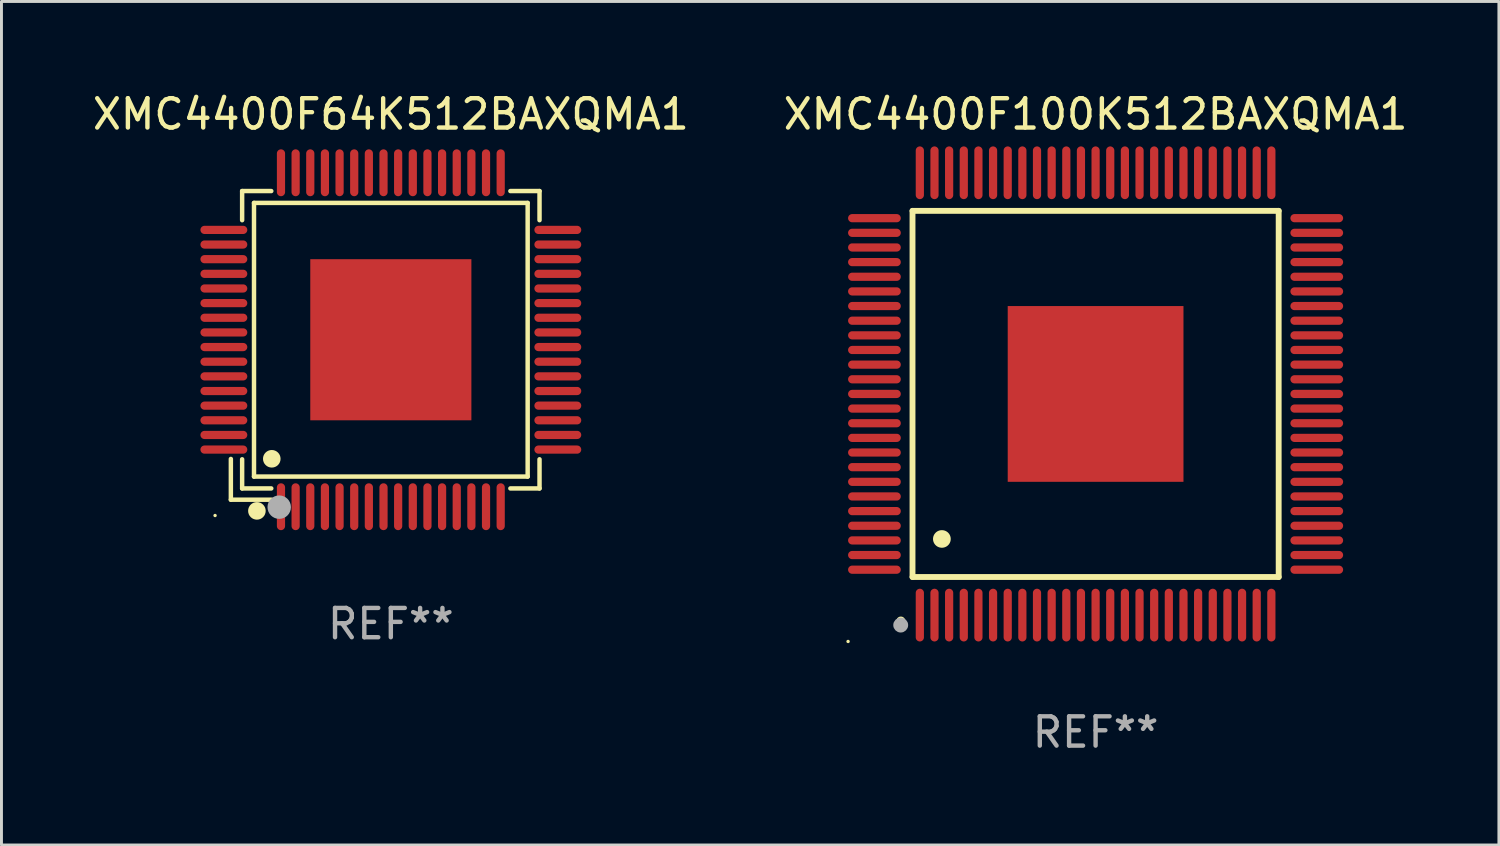
<source format=kicad_pcb>
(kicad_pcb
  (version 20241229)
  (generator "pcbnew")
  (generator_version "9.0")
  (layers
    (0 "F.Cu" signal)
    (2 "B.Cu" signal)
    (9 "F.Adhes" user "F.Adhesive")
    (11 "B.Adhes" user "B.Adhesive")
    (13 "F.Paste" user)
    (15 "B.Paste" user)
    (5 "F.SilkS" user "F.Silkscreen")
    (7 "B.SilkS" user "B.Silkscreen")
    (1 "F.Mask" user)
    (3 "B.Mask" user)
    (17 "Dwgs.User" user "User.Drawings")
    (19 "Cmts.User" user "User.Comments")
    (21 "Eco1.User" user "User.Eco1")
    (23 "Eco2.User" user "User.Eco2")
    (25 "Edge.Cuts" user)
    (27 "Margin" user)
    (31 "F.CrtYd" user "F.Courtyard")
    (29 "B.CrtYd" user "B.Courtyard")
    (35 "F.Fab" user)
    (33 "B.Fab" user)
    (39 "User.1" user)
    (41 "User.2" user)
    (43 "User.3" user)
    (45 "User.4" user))
  (footprint "XMC4400F64K512BAXQMA1"
    (layer "F.Cu")
    (at 10.292 8.548)
    (property "Reference" "XMC4400F64K512BAXQMA1" (at 0 -7.7 0) (layer "F.SilkS") (effects (font (size 1 1) (thickness 0.15))))
    (attr through_hole)
    (fp_line (start -5.461 4.07) (end -5.461 5.461) (stroke (width 0.152) (type solid)) (layer "F.SilkS"))
    (fp_line (start -5.461 5.461) (end -4.07 5.461) (stroke (width 0.152) (type solid)) (layer "F.SilkS"))
    (fp_line (start -5.076 -5.076) (end -4.081 -5.076) (stroke (width 0.152) (type solid)) (layer "F.SilkS"))
    (fp_line (start -5.076 -4.081) (end -5.076 -5.076) (stroke (width 0.152) (type solid)) (layer "F.SilkS"))
    (fp_line (start -5.076 4.081) (end -5.076 5.076) (stroke (width 0.152) (type solid)) (layer "F.SilkS"))
    (fp_line (start -5.076 5.076) (end -4.081 5.076) (stroke (width 0.152) (type solid)) (layer "F.SilkS"))
    (fp_line (start -4.671 -4.671) (end 4.671 -4.671) (stroke (width 0.152) (type solid)) (layer "F.SilkS"))
    (fp_line (start -4.671 4.671) (end -4.671 -4.671) (stroke (width 0.152) (type solid)) (layer "F.SilkS"))
    (fp_line (start 4.671 -4.671) (end 4.671 4.671) (stroke (width 0.152) (type solid)) (layer "F.SilkS"))
    (fp_line (start 4.671 4.671) (end -4.671 4.671) (stroke (width 0.152) (type solid)) (layer "F.SilkS"))
    (fp_line (start 5.076 -5.076) (end 4.081 -5.076) (stroke (width 0.152) (type solid)) (layer "F.SilkS"))
    (fp_line (start 5.076 -4.081) (end 5.076 -5.076) (stroke (width 0.152) (type solid)) (layer "F.SilkS"))
    (fp_line (start 5.076 4.081) (end 5.076 5.076) (stroke (width 0.152) (type solid)) (layer "F.SilkS"))
    (fp_line (start 5.076 5.076) (end 4.081 5.076) (stroke (width 0.152) (type solid)) (layer "F.SilkS"))
    (fp_circle (center -6 6) (end -5.97 6) (stroke (width 0.06) (type solid)) (fill no) (layer "F.SilkS"))
    (fp_circle (center -4.572 5.842) (end -4.422 5.842) (stroke (width 0.3) (type solid)) (fill no) (layer "F.SilkS"))
    (fp_circle (center -4.064 4.064) (end -3.914 4.064) (stroke (width 0.3) (type solid)) (fill no) (layer "F.SilkS"))
    (fp_circle (center -3.81 5.715) (end -3.61 5.715) (stroke (width 0.4) (type solid)) (fill no) (layer "F.Fab"))
    (fp_text user "REF**" (at 0 9.7 0) (layer "F.Fab") (effects (font (size 1 1) (thickness 0.15))))
    (pad "1" smd oval (at -3.75 5.7) (size 0.28 1.6) (layers "F.Cu" "F.Mask" "F.Paste"))
    (pad "2" smd oval (at -3.25 5.7) (size 0.28 1.6) (layers "F.Cu" "F.Mask" "F.Paste"))
    (pad "3" smd oval (at -2.75 5.7) (size 0.28 1.6) (layers "F.Cu" "F.Mask" "F.Paste"))
    (pad "4" smd oval (at -2.25 5.7) (size 0.28 1.6) (layers "F.Cu" "F.Mask" "F.Paste"))
    (pad "5" smd oval (at -1.75 5.7) (size 0.28 1.6) (layers "F.Cu" "F.Mask" "F.Paste"))
    (pad "6" smd oval (at -1.25 5.7) (size 0.28 1.6) (layers "F.Cu" "F.Mask" "F.Paste"))
    (pad "7" smd oval (at -0.75 5.7) (size 0.28 1.6) (layers "F.Cu" "F.Mask" "F.Paste"))
    (pad "8" smd oval (at -0.25 5.7) (size 0.28 1.6) (layers "F.Cu" "F.Mask" "F.Paste"))
    (pad "9" smd oval (at 0.25 5.7) (size 0.28 1.6) (layers "F.Cu" "F.Mask" "F.Paste"))
    (pad "10" smd oval (at 0.75 5.7) (size 0.28 1.6) (layers "F.Cu" "F.Mask" "F.Paste"))
    (pad "11" smd oval (at 1.25 5.7) (size 0.28 1.6) (layers "F.Cu" "F.Mask" "F.Paste"))
    (pad "12" smd oval (at 1.75 5.7) (size 0.28 1.6) (layers "F.Cu" "F.Mask" "F.Paste"))
    (pad "13" smd oval (at 2.25 5.7) (size 0.28 1.6) (layers "F.Cu" "F.Mask" "F.Paste"))
    (pad "14" smd oval (at 2.75 5.7) (size 0.28 1.6) (layers "F.Cu" "F.Mask" "F.Paste"))
    (pad "15" smd oval (at 3.25 5.7) (size 0.28 1.6) (layers "F.Cu" "F.Mask" "F.Paste"))
    (pad "16" smd oval (at 3.75 5.7) (size 0.28 1.6) (layers "F.Cu" "F.Mask" "F.Paste"))
    (pad "17" smd oval (at 5.7 3.75) (size 1.6 0.28) (layers "F.Cu" "F.Mask" "F.Paste"))
    (pad "18" smd oval (at 5.7 3.25) (size 1.6 0.28) (layers "F.Cu" "F.Mask" "F.Paste"))
    (pad "19" smd oval (at 5.7 2.75) (size 1.6 0.28) (layers "F.Cu" "F.Mask" "F.Paste"))
    (pad "20" smd oval (at 5.7 2.25) (size 1.6 0.28) (layers "F.Cu" "F.Mask" "F.Paste"))
    (pad "21" smd oval (at 5.7 1.75) (size 1.6 0.28) (layers "F.Cu" "F.Mask" "F.Paste"))
    (pad "22" smd oval (at 5.7 1.25) (size 1.6 0.28) (layers "F.Cu" "F.Mask" "F.Paste"))
    (pad "23" smd oval (at 5.7 0.75) (size 1.6 0.28) (layers "F.Cu" "F.Mask" "F.Paste"))
    (pad "24" smd oval (at 5.7 0.25) (size 1.6 0.28) (layers "F.Cu" "F.Mask" "F.Paste"))
    (pad "25" smd oval (at 5.7 -0.25) (size 1.6 0.28) (layers "F.Cu" "F.Mask" "F.Paste"))
    (pad "26" smd oval (at 5.7 -0.75) (size 1.6 0.28) (layers "F.Cu" "F.Mask" "F.Paste"))
    (pad "27" smd oval (at 5.7 -1.25) (size 1.6 0.28) (layers "F.Cu" "F.Mask" "F.Paste"))
    (pad "28" smd oval (at 5.7 -1.75) (size 1.6 0.28) (layers "F.Cu" "F.Mask" "F.Paste"))
    (pad "29" smd oval (at 5.7 -2.25) (size 1.6 0.28) (layers "F.Cu" "F.Mask" "F.Paste"))
    (pad "30" smd oval (at 5.7 -2.75) (size 1.6 0.28) (layers "F.Cu" "F.Mask" "F.Paste"))
    (pad "31" smd oval (at 5.7 -3.25) (size 1.6 0.28) (layers "F.Cu" "F.Mask" "F.Paste"))
    (pad "32" smd oval (at 5.7 -3.75) (size 1.6 0.28) (layers "F.Cu" "F.Mask" "F.Paste"))
    (pad "33" smd oval (at 3.75 -5.7) (size 0.28 1.6) (layers "F.Cu" "F.Mask" "F.Paste"))
    (pad "34" smd oval (at 3.25 -5.7) (size 0.28 1.6) (layers "F.Cu" "F.Mask" "F.Paste"))
    (pad "35" smd oval (at 2.75 -5.7) (size 0.28 1.6) (layers "F.Cu" "F.Mask" "F.Paste"))
    (pad "36" smd oval (at 2.25 -5.7) (size 0.28 1.6) (layers "F.Cu" "F.Mask" "F.Paste"))
    (pad "37" smd oval (at 1.75 -5.7) (size 0.28 1.6) (layers "F.Cu" "F.Mask" "F.Paste"))
    (pad "38" smd oval (at 1.25 -5.7) (size 0.28 1.6) (layers "F.Cu" "F.Mask" "F.Paste"))
    (pad "39" smd oval (at 0.75 -5.7) (size 0.28 1.6) (layers "F.Cu" "F.Mask" "F.Paste"))
    (pad "40" smd oval (at 0.25 -5.7) (size 0.28 1.6) (layers "F.Cu" "F.Mask" "F.Paste"))
    (pad "41" smd oval (at -0.25 -5.7) (size 0.28 1.6) (layers "F.Cu" "F.Mask" "F.Paste"))
    (pad "42" smd oval (at -0.75 -5.7) (size 0.28 1.6) (layers "F.Cu" "F.Mask" "F.Paste"))
    (pad "43" smd oval (at -1.25 -5.7) (size 0.28 1.6) (layers "F.Cu" "F.Mask" "F.Paste"))
    (pad "44" smd oval (at -1.75 -5.7) (size 0.28 1.6) (layers "F.Cu" "F.Mask" "F.Paste"))
    (pad "45" smd oval (at -2.25 -5.7) (size 0.28 1.6) (layers "F.Cu" "F.Mask" "F.Paste"))
    (pad "46" smd oval (at -2.75 -5.7) (size 0.28 1.6) (layers "F.Cu" "F.Mask" "F.Paste"))
    (pad "47" smd oval (at -3.25 -5.7) (size 0.28 1.6) (layers "F.Cu" "F.Mask" "F.Paste"))
    (pad "48" smd oval (at -3.75 -5.7) (size 0.28 1.6) (layers "F.Cu" "F.Mask" "F.Paste"))
    (pad "49" smd oval (at -5.7 -3.75) (size 1.6 0.28) (layers "F.Cu" "F.Mask" "F.Paste"))
    (pad "50" smd oval (at -5.7 -3.25) (size 1.6 0.28) (layers "F.Cu" "F.Mask" "F.Paste"))
    (pad "51" smd oval (at -5.7 -2.75) (size 1.6 0.28) (layers "F.Cu" "F.Mask" "F.Paste"))
    (pad "52" smd oval (at -5.7 -2.25) (size 1.6 0.28) (layers "F.Cu" "F.Mask" "F.Paste"))
    (pad "53" smd oval (at -5.7 -1.75) (size 1.6 0.28) (layers "F.Cu" "F.Mask" "F.Paste"))
    (pad "54" smd oval (at -5.7 -1.25) (size 1.6 0.28) (layers "F.Cu" "F.Mask" "F.Paste"))
    (pad "55" smd oval (at -5.7 -0.75) (size 1.6 0.28) (layers "F.Cu" "F.Mask" "F.Paste"))
    (pad "56" smd oval (at -5.7 -0.25) (size 1.6 0.28) (layers "F.Cu" "F.Mask" "F.Paste"))
    (pad "57" smd oval (at -5.7 0.25) (size 1.6 0.28) (layers "F.Cu" "F.Mask" "F.Paste"))
    (pad "58" smd oval (at -5.7 0.75) (size 1.6 0.28) (layers "F.Cu" "F.Mask" "F.Paste"))
    (pad "59" smd oval (at -5.7 1.25) (size 1.6 0.28) (layers "F.Cu" "F.Mask" "F.Paste"))
    (pad "60" smd oval (at -5.7 1.75) (size 1.6 0.28) (layers "F.Cu" "F.Mask" "F.Paste"))
    (pad "61" smd oval (at -5.7 2.25) (size 1.6 0.28) (layers "F.Cu" "F.Mask" "F.Paste"))
    (pad "62" smd oval (at -5.7 2.75) (size 1.6 0.28) (layers "F.Cu" "F.Mask" "F.Paste"))
    (pad "63" smd oval (at -5.7 3.25) (size 1.6 0.28) (layers "F.Cu" "F.Mask" "F.Paste"))
    (pad "64" smd oval (at -5.7 3.75) (size 1.6 0.28) (layers "F.Cu" "F.Mask" "F.Paste"))
    (pad "65" smd rect (at 0 0) (size 5.5 5.5) (layers "F.Cu" "F.Mask" "F.Paste")))
  (footprint "XMC4400F100K512BAXQMA1"
    (layer "F.Cu")
    (at 34.351 10.398)
    (property "Reference" "XMC4400F100K512BAXQMA1" (at 0 -9.55 0) (layer "F.SilkS") (effects (font (size 1 1) (thickness 0.15))))
    (attr through_hole)
    (fp_line (start -6.25 -6.25) (end -6.25 6.25) (stroke (width 0.2) (type solid)) (layer "F.SilkS"))
    (fp_line (start -6.25 6.25) (end 6.25 6.25) (stroke (width 0.2) (type solid)) (layer "F.SilkS"))
    (fp_line (start 6.25 -6.25) (end -6.25 -6.25) (stroke (width 0.2) (type solid)) (layer "F.SilkS"))
    (fp_line (start 6.25 6.25) (end 6.25 -6.25) (stroke (width 0.2) (type solid)) (layer "F.SilkS"))
    (fp_arc (start -6.649733 7.749555) (mid -6.648463 7.74955) (end -6.647193 7.749555) (stroke (width 0.3) (type solid)) (layer "F.SilkS"))
    (fp_arc (start -5.250191 4.95047) (mid -5.247651 4.950459) (end -5.245111 4.95047) (stroke (width 0.6) (type solid)) (layer "F.SilkS"))
    (fp_circle (center -8.45 8.45) (end -8.42 8.45) (stroke (width 0.06) (type solid)) (fill no) (layer "F.SilkS"))
    (fp_circle (center -6.653 7.891) (end -6.526 7.891) (stroke (width 0.254) (type solid)) (fill no) (layer "F.Fab"))
    (fp_text user "REF**" (at 0 11.55 0) (layer "F.Fab") (effects (font (size 1 1) (thickness 0.15))))
    (pad "1" smd oval (at -6 7.55 180) (size 0.28 1.8) (layers "F.Cu" "F.Mask" "F.Paste"))
    (pad "2" smd oval (at -5.5 7.55 180) (size 0.28 1.8) (layers "F.Cu" "F.Mask" "F.Paste"))
    (pad "3" smd oval (at -5 7.55 180) (size 0.28 1.8) (layers "F.Cu" "F.Mask" "F.Paste"))
    (pad "4" smd oval (at -4.5 7.55 180) (size 0.28 1.8) (layers "F.Cu" "F.Mask" "F.Paste"))
    (pad "5" smd oval (at -4 7.55 180) (size 0.28 1.8) (layers "F.Cu" "F.Mask" "F.Paste"))
    (pad "6" smd oval (at -3.5 7.55 180) (size 0.28 1.8) (layers "F.Cu" "F.Mask" "F.Paste"))
    (pad "7" smd oval (at -3 7.55 180) (size 0.28 1.8) (layers "F.Cu" "F.Mask" "F.Paste"))
    (pad "8" smd oval (at -2.5 7.55 180) (size 0.28 1.8) (layers "F.Cu" "F.Mask" "F.Paste"))
    (pad "9" smd oval (at -2 7.55 180) (size 0.28 1.8) (layers "F.Cu" "F.Mask" "F.Paste"))
    (pad "10" smd oval (at -1.5 7.55 180) (size 0.28 1.8) (layers "F.Cu" "F.Mask" "F.Paste"))
    (pad "11" smd oval (at -1 7.55 180) (size 0.28 1.8) (layers "F.Cu" "F.Mask" "F.Paste"))
    (pad "12" smd oval (at -0.5 7.55 180) (size 0.28 1.8) (layers "F.Cu" "F.Mask" "F.Paste"))
    (pad "13" smd oval (at 0 7.55 180) (size 0.28 1.8) (layers "F.Cu" "F.Mask" "F.Paste"))
    (pad "14" smd oval (at 0.5 7.55 180) (size 0.28 1.8) (layers "F.Cu" "F.Mask" "F.Paste"))
    (pad "15" smd oval (at 1 7.55 180) (size 0.28 1.8) (layers "F.Cu" "F.Mask" "F.Paste"))
    (pad "16" smd oval (at 1.5 7.55 180) (size 0.28 1.8) (layers "F.Cu" "F.Mask" "F.Paste"))
    (pad "17" smd oval (at 2 7.55 180) (size 0.28 1.8) (layers "F.Cu" "F.Mask" "F.Paste"))
    (pad "18" smd oval (at 2.5 7.55 180) (size 0.28 1.8) (layers "F.Cu" "F.Mask" "F.Paste"))
    (pad "19" smd oval (at 3 7.55 180) (size 0.28 1.8) (layers "F.Cu" "F.Mask" "F.Paste"))
    (pad "20" smd oval (at 3.5 7.55 180) (size 0.28 1.8) (layers "F.Cu" "F.Mask" "F.Paste"))
    (pad "21" smd oval (at 4 7.55 180) (size 0.28 1.8) (layers "F.Cu" "F.Mask" "F.Paste"))
    (pad "22" smd oval (at 4.5 7.55 180) (size 0.28 1.8) (layers "F.Cu" "F.Mask" "F.Paste"))
    (pad "23" smd oval (at 5 7.55 180) (size 0.28 1.8) (layers "F.Cu" "F.Mask" "F.Paste"))
    (pad "24" smd oval (at 5.5 7.55 180) (size 0.28 1.8) (layers "F.Cu" "F.Mask" "F.Paste"))
    (pad "25" smd oval (at 6 7.55 180) (size 0.28 1.8) (layers "F.Cu" "F.Mask" "F.Paste"))
    (pad "26" smd oval (at 7.55 6 90) (size 0.28 1.8) (layers "F.Cu" "F.Mask" "F.Paste"))
    (pad "27" smd oval (at 7.55 5.5 90) (size 0.28 1.8) (layers "F.Cu" "F.Mask" "F.Paste"))
    (pad "28" smd oval (at 7.55 5 90) (size 0.28 1.8) (layers "F.Cu" "F.Mask" "F.Paste"))
    (pad "29" smd oval (at 7.55 4.5 90) (size 0.28 1.8) (layers "F.Cu" "F.Mask" "F.Paste"))
    (pad "30" smd oval (at 7.55 4 90) (size 0.28 1.8) (layers "F.Cu" "F.Mask" "F.Paste"))
    (pad "31" smd oval (at 7.55 3.5 90) (size 0.28 1.8) (layers "F.Cu" "F.Mask" "F.Paste"))
    (pad "32" smd oval (at 7.55 3 90) (size 0.28 1.8) (layers "F.Cu" "F.Mask" "F.Paste"))
    (pad "33" smd oval (at 7.55 2.5 90) (size 0.28 1.8) (layers "F.Cu" "F.Mask" "F.Paste"))
    (pad "34" smd oval (at 7.55 2 90) (size 0.28 1.8) (layers "F.Cu" "F.Mask" "F.Paste"))
    (pad "35" smd oval (at 7.55 1.5 90) (size 0.28 1.8) (layers "F.Cu" "F.Mask" "F.Paste"))
    (pad "36" smd oval (at 7.55 1 90) (size 0.28 1.8) (layers "F.Cu" "F.Mask" "F.Paste"))
    (pad "37" smd oval (at 7.55 0.5 90) (size 0.28 1.8) (layers "F.Cu" "F.Mask" "F.Paste"))
    (pad "38" smd oval (at 7.55 0 90) (size 0.28 1.8) (layers "F.Cu" "F.Mask" "F.Paste"))
    (pad "39" smd oval (at 7.55 -0.5 90) (size 0.28 1.8) (layers "F.Cu" "F.Mask" "F.Paste"))
    (pad "40" smd oval (at 7.55 -1 90) (size 0.28 1.8) (layers "F.Cu" "F.Mask" "F.Paste"))
    (pad "41" smd oval (at 7.55 -1.5 90) (size 0.28 1.8) (layers "F.Cu" "F.Mask" "F.Paste"))
    (pad "42" smd oval (at 7.55 -2 90) (size 0.28 1.8) (layers "F.Cu" "F.Mask" "F.Paste"))
    (pad "43" smd oval (at 7.55 -2.5 90) (size 0.28 1.8) (layers "F.Cu" "F.Mask" "F.Paste"))
    (pad "44" smd oval (at 7.55 -3 90) (size 0.28 1.8) (layers "F.Cu" "F.Mask" "F.Paste"))
    (pad "45" smd oval (at 7.55 -3.5 90) (size 0.28 1.8) (layers "F.Cu" "F.Mask" "F.Paste"))
    (pad "46" smd oval (at 7.55 -4 90) (size 0.28 1.8) (layers "F.Cu" "F.Mask" "F.Paste"))
    (pad "47" smd oval (at 7.55 -4.5 90) (size 0.28 1.8) (layers "F.Cu" "F.Mask" "F.Paste"))
    (pad "48" smd oval (at 7.55 -5 90) (size 0.28 1.8) (layers "F.Cu" "F.Mask" "F.Paste"))
    (pad "49" smd oval (at 7.55 -5.5 90) (size 0.28 1.8) (layers "F.Cu" "F.Mask" "F.Paste"))
    (pad "50" smd oval (at 7.55 -6 90) (size 0.28 1.8) (layers "F.Cu" "F.Mask" "F.Paste"))
    (pad "51" smd oval (at 6 -7.55 180) (size 0.28 1.8) (layers "F.Cu" "F.Mask" "F.Paste"))
    (pad "52" smd oval (at 5.5 -7.55 180) (size 0.28 1.8) (layers "F.Cu" "F.Mask" "F.Paste"))
    (pad "53" smd oval (at 5 -7.55 180) (size 0.28 1.8) (layers "F.Cu" "F.Mask" "F.Paste"))
    (pad "54" smd oval (at 4.5 -7.55 180) (size 0.28 1.8) (layers "F.Cu" "F.Mask" "F.Paste"))
    (pad "55" smd oval (at 4 -7.55 180) (size 0.28 1.8) (layers "F.Cu" "F.Mask" "F.Paste"))
    (pad "56" smd oval (at 3.5 -7.55 180) (size 0.28 1.8) (layers "F.Cu" "F.Mask" "F.Paste"))
    (pad "57" smd oval (at 3 -7.55 180) (size 0.28 1.8) (layers "F.Cu" "F.Mask" "F.Paste"))
    (pad "58" smd oval (at 2.5 -7.55 180) (size 0.28 1.8) (layers "F.Cu" "F.Mask" "F.Paste"))
    (pad "59" smd oval (at 2 -7.55 180) (size 0.28 1.8) (layers "F.Cu" "F.Mask" "F.Paste"))
    (pad "60" smd oval (at 1.5 -7.55 180) (size 0.28 1.8) (layers "F.Cu" "F.Mask" "F.Paste"))
    (pad "61" smd oval (at 1 -7.55 180) (size 0.28 1.8) (layers "F.Cu" "F.Mask" "F.Paste"))
    (pad "62" smd oval (at 0.5 -7.55 180) (size 0.28 1.8) (layers "F.Cu" "F.Mask" "F.Paste"))
    (pad "63" smd oval (at 0 -7.55 180) (size 0.28 1.8) (layers "F.Cu" "F.Mask" "F.Paste"))
    (pad "64" smd oval (at -0.5 -7.55 180) (size 0.28 1.8) (layers "F.Cu" "F.Mask" "F.Paste"))
    (pad "65" smd oval (at -1 -7.55 180) (size 0.28 1.8) (layers "F.Cu" "F.Mask" "F.Paste"))
    (pad "66" smd oval (at -1.5 -7.55 180) (size 0.28 1.8) (layers "F.Cu" "F.Mask" "F.Paste"))
    (pad "67" smd oval (at -2 -7.55 180) (size 0.28 1.8) (layers "F.Cu" "F.Mask" "F.Paste"))
    (pad "68" smd oval (at -2.5 -7.55 180) (size 0.28 1.8) (layers "F.Cu" "F.Mask" "F.Paste"))
    (pad "69" smd oval (at -3 -7.55 180) (size 0.28 1.8) (layers "F.Cu" "F.Mask" "F.Paste"))
    (pad "70" smd oval (at -3.5 -7.55 180) (size 0.28 1.8) (layers "F.Cu" "F.Mask" "F.Paste"))
    (pad "71" smd oval (at -4 -7.55 180) (size 0.28 1.8) (layers "F.Cu" "F.Mask" "F.Paste"))
    (pad "72" smd oval (at -4.5 -7.55 180) (size 0.28 1.8) (layers "F.Cu" "F.Mask" "F.Paste"))
    (pad "73" smd oval (at -5 -7.55 180) (size 0.28 1.8) (layers "F.Cu" "F.Mask" "F.Paste"))
    (pad "74" smd oval (at -5.5 -7.55 180) (size 0.28 1.8) (layers "F.Cu" "F.Mask" "F.Paste"))
    (pad "75" smd oval (at -6 -7.55 180) (size 0.28 1.8) (layers "F.Cu" "F.Mask" "F.Paste"))
    (pad "76" smd oval (at -7.55 -6 90) (size 0.28 1.8) (layers "F.Cu" "F.Mask" "F.Paste"))
    (pad "77" smd oval (at -7.55 -5.5 90) (size 0.28 1.8) (layers "F.Cu" "F.Mask" "F.Paste"))
    (pad "78" smd oval (at -7.55 -5 90) (size 0.28 1.8) (layers "F.Cu" "F.Mask" "F.Paste"))
    (pad "79" smd oval (at -7.55 -4.5 90) (size 0.28 1.8) (layers "F.Cu" "F.Mask" "F.Paste"))
    (pad "80" smd oval (at -7.55 -4 90) (size 0.28 1.8) (layers "F.Cu" "F.Mask" "F.Paste"))
    (pad "81" smd oval (at -7.55 -3.5 90) (size 0.28 1.8) (layers "F.Cu" "F.Mask" "F.Paste"))
    (pad "82" smd oval (at -7.55 -3 90) (size 0.28 1.8) (layers "F.Cu" "F.Mask" "F.Paste"))
    (pad "83" smd oval (at -7.55 -2.5 90) (size 0.28 1.8) (layers "F.Cu" "F.Mask" "F.Paste"))
    (pad "84" smd oval (at -7.55 -2 90) (size 0.28 1.8) (layers "F.Cu" "F.Mask" "F.Paste"))
    (pad "85" smd oval (at -7.55 -1.5 90) (size 0.28 1.8) (layers "F.Cu" "F.Mask" "F.Paste"))
    (pad "86" smd oval (at -7.55 -1 90) (size 0.28 1.8) (layers "F.Cu" "F.Mask" "F.Paste"))
    (pad "87" smd oval (at -7.55 -0.5 90) (size 0.28 1.8) (layers "F.Cu" "F.Mask" "F.Paste"))
    (pad "88" smd oval (at -7.55 0 90) (size 0.28 1.8) (layers "F.Cu" "F.Mask" "F.Paste"))
    (pad "89" smd oval (at -7.55 0.5 90) (size 0.28 1.8) (layers "F.Cu" "F.Mask" "F.Paste"))
    (pad "90" smd oval (at -7.55 1 90) (size 0.28 1.8) (layers "F.Cu" "F.Mask" "F.Paste"))
    (pad "91" smd oval (at -7.55 1.5 90) (size 0.28 1.8) (layers "F.Cu" "F.Mask" "F.Paste"))
    (pad "92" smd oval (at -7.55 2 90) (size 0.28 1.8) (layers "F.Cu" "F.Mask" "F.Paste"))
    (pad "93" smd oval (at -7.55 2.5 90) (size 0.28 1.8) (layers "F.Cu" "F.Mask" "F.Paste"))
    (pad "94" smd oval (at -7.55 3 90) (size 0.28 1.8) (layers "F.Cu" "F.Mask" "F.Paste"))
    (pad "95" smd oval (at -7.55 3.5 90) (size 0.28 1.8) (layers "F.Cu" "F.Mask" "F.Paste"))
    (pad "96" smd oval (at -7.55 4 90) (size 0.28 1.8) (layers "F.Cu" "F.Mask" "F.Paste"))
    (pad "97" smd oval (at -7.55 4.5 90) (size 0.28 1.8) (layers "F.Cu" "F.Mask" "F.Paste"))
    (pad "98" smd oval (at -7.55 5 90) (size 0.28 1.8) (layers "F.Cu" "F.Mask" "F.Paste"))
    (pad "99" smd oval (at -7.55 5.5 90) (size 0.28 1.8) (layers "F.Cu" "F.Mask" "F.Paste"))
    (pad "100" smd oval (at -7.55 6 90) (size 0.28 1.8) (layers "F.Cu" "F.Mask" "F.Paste"))
    (pad "101" smd rect (at 0 0) (size 6 6) (layers "F.Cu" "F.Mask" "F.Paste")))
  (gr_rect
    (start -3 -3)
    (end 48.119 25.796)
    (stroke (width 0.1) (type default))
    (fill no)
    (layer "Edge.Cuts")))
</source>
